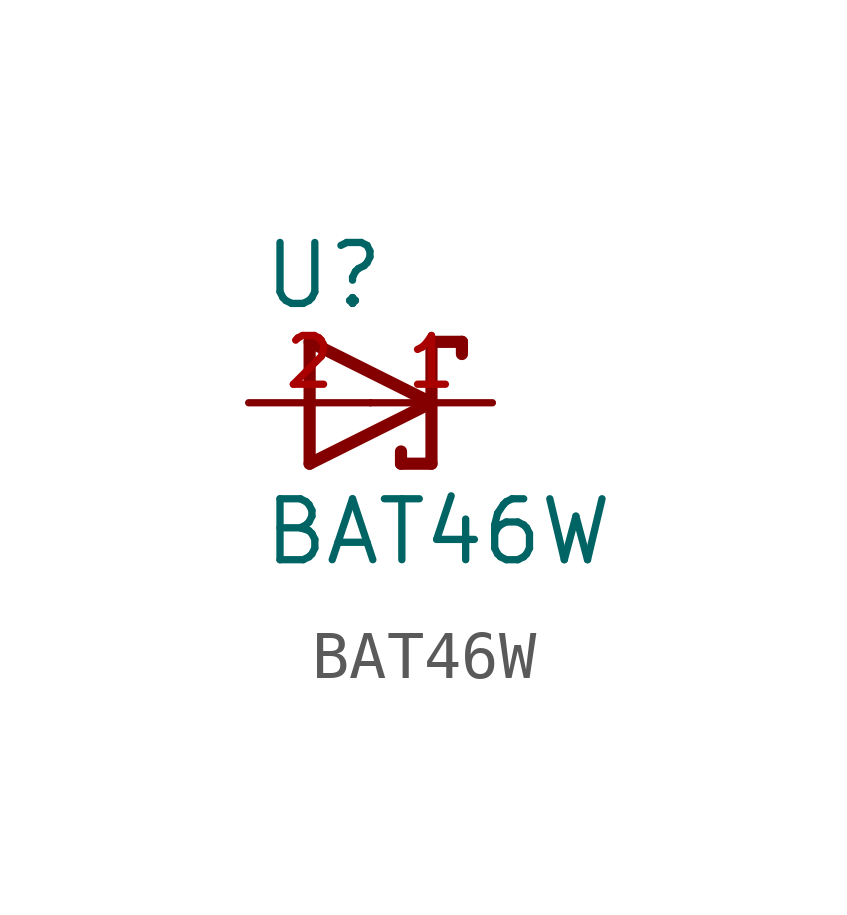
<source format=kicad_sym>
(kicad_symbol_lib
  (version 20211014)
  (generator kicad_symbol_editor)
  (symbol "BAT46W"
    (pin_names
      (offset 1.016))
    (property "Reference" "U"
      (at -2.29 1.908 0)
      (effects (font (size 1.27 1.27)) (justify bottom left)))
    (property "Value" "BAT46W"
      (at -2.29 -3.435 0)
      (effects (font (size 1.27 1.27)) (justify bottom left)))
    (symbol "BAT46W_0_0"
      (polyline (pts (xy -1.27 -1.27) (xy 1.27 0.0)) (stroke (width 0.254)))
      (polyline (pts (xy 1.27 0.0) (xy -1.27 1.27)) (stroke (width 0.254)))
      (polyline (pts (xy 1.905 1.27) (xy 1.27 1.27)) (stroke (width 0.254)))
      (polyline (pts (xy -1.27 1.27) (xy -1.27 -1.27)) (stroke (width 0.254)))
      (polyline (pts (xy 1.27 1.27) (xy 1.27 -1.27)) (stroke (width 0.254)))
      (polyline (pts (xy 1.905 1.27) (xy 1.905 1.016)) (stroke (width 0.254)))
      (polyline (pts (xy 1.27 -1.27) (xy 0.635 -1.27)) (stroke (width 0.254)))
      (polyline (pts (xy 0.635 -1.016) (xy 0.635 -1.27)) (stroke (width 0.254)))
      (pin passive line (at -2.54 0.0 0) (length 2.54) (name "~" (effects (font (size 1.016 1.016)))) (number "2" (effects (font (size 1.016 1.016)))))
      (pin passive line (at 2.54 0.0 180.0) (length 2.54) (name "~" (effects (font (size 1.016 1.016)))) (number "1" (effects (font (size 1.016 1.016))))))))
</source>
